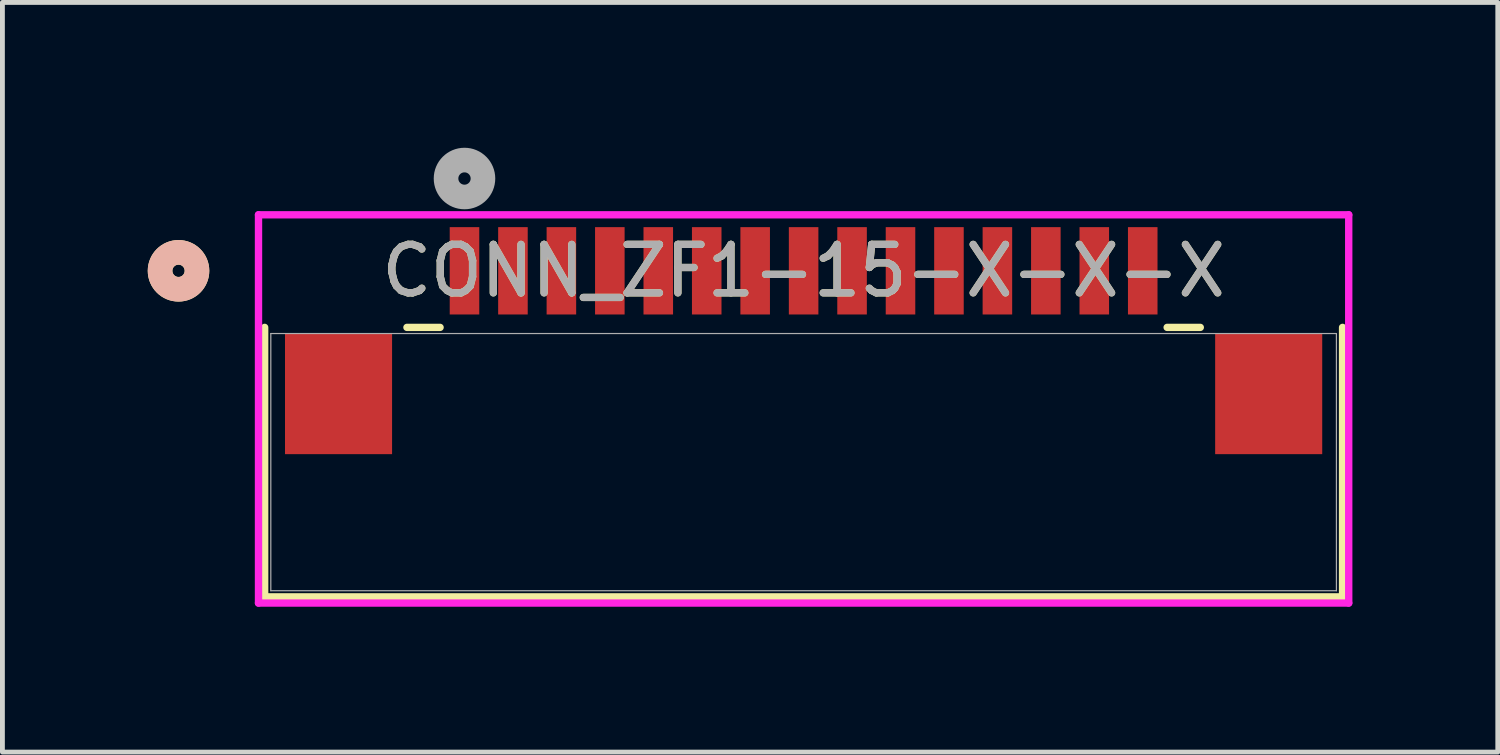
<source format=kicad_pcb>
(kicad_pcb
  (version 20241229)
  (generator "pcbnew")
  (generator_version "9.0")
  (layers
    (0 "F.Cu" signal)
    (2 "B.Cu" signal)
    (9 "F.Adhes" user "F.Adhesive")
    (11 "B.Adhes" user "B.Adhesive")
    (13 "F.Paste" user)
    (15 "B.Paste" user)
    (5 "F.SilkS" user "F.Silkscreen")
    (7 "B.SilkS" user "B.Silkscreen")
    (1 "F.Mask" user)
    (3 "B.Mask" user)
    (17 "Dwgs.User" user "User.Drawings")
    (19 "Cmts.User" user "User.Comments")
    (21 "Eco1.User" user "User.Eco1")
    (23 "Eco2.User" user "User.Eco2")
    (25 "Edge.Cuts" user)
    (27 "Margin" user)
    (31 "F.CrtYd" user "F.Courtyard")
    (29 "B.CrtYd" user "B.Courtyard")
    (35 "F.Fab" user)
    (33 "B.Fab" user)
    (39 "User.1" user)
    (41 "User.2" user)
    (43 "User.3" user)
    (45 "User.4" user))
  (footprint "CONN_ZF1-15-X-X-X"
    (layer "F.Cu")
    (at 6.538 2.54)
    (property "Reference" "CONN_ZF1-15-X-X-X" (at 7 0 0) (unlocked yes) (layer "F.SilkS") (effects (font (size 1 1) (thickness 0.15))))
    (attr smd)
    (fp_line (start -4.125 1.168) (end -4.125 6.731) (stroke (width 0.152) (type solid)) (layer "F.SilkS"))
    (fp_line (start -4.125 6.731) (end 18.125 6.731) (stroke (width 0.152) (type solid)) (layer "F.SilkS"))
    (fp_line (start -0.504 1.168) (end -1.188 1.168) (stroke (width 0.152) (type solid)) (layer "F.SilkS"))
    (fp_line (start 15.188 1.168) (end 14.504 1.168) (stroke (width 0.152) (type solid)) (layer "F.SilkS"))
    (fp_line (start 18.125 6.731) (end 18.125 1.168) (stroke (width 0.152) (type solid)) (layer "F.SilkS"))
    (fp_circle (center -5.903 0) (end -5.522 0) (stroke (width 0.508) (type solid)) (fill no) (layer "F.SilkS"))
    (fp_circle (center -5.903 0) (end -5.522 0) (stroke (width 0.508) (type solid)) (fill no) (layer "B.SilkS"))
    (fp_line (start -4.252 -1.156) (end -4.252 6.858) (stroke (width 0.152) (type solid)) (layer "F.CrtYd"))
    (fp_line (start -4.252 6.858) (end 18.252 6.858) (stroke (width 0.152) (type solid)) (layer "F.CrtYd"))
    (fp_line (start 18.252 -1.156) (end -4.252 -1.156) (stroke (width 0.152) (type solid)) (layer "F.CrtYd"))
    (fp_line (start 18.252 6.858) (end 18.252 -1.156) (stroke (width 0.152) (type solid)) (layer "F.CrtYd"))
    (fp_line (start -3.998 1.295) (end -3.998 6.604) (stroke (width 0.025) (type solid)) (layer "F.Fab"))
    (fp_line (start -3.998 6.604) (end 17.998 6.604) (stroke (width 0.025) (type solid)) (layer "F.Fab"))
    (fp_line (start 17.998 1.295) (end -3.998 1.295) (stroke (width 0.025) (type solid)) (layer "F.Fab"))
    (fp_line (start 17.998 6.604) (end 17.998 1.295) (stroke (width 0.025) (type solid)) (layer "F.Fab"))
    (fp_circle (center 0 -1.905) (end 0.381 -1.905) (stroke (width 0.508) (type solid)) (fill no) (layer "F.Fab"))
    (fp_text user "${REFERENCE}" (at 7 0 0) (unlocked yes) (layer "F.Fab") (effects (font (size 1 1) (thickness 0.15))))
    (pad "1" smd rect (at 0 0) (size 0.61 1.803) (layers "F.Cu" "F.Mask" "F.Paste"))
    (pad "2" smd rect (at 1 0) (size 0.61 1.803) (layers "F.Cu" "F.Mask" "F.Paste"))
    (pad "3" smd rect (at 2 0) (size 0.61 1.803) (layers "F.Cu" "F.Mask" "F.Paste"))
    (pad "4" smd rect (at 3 0) (size 0.61 1.803) (layers "F.Cu" "F.Mask" "F.Paste"))
    (pad "5" smd rect (at 4 0) (size 0.61 1.803) (layers "F.Cu" "F.Mask" "F.Paste"))
    (pad "6" smd rect (at 5 0) (size 0.61 1.803) (layers "F.Cu" "F.Mask" "F.Paste"))
    (pad "7" smd rect (at 6 0) (size 0.61 1.803) (layers "F.Cu" "F.Mask" "F.Paste"))
    (pad "8" smd rect (at 7 0) (size 0.61 1.803) (layers "F.Cu" "F.Mask" "F.Paste"))
    (pad "9" smd rect (at 8 0) (size 0.61 1.803) (layers "F.Cu" "F.Mask" "F.Paste"))
    (pad "10" smd rect (at 9 0) (size 0.61 1.803) (layers "F.Cu" "F.Mask" "F.Paste"))
    (pad "11" smd rect (at 10 0) (size 0.61 1.803) (layers "F.Cu" "F.Mask" "F.Paste"))
    (pad "12" smd rect (at 11 0) (size 0.61 1.803) (layers "F.Cu" "F.Mask" "F.Paste"))
    (pad "13" smd rect (at 12 0) (size 0.61 1.803) (layers "F.Cu" "F.Mask" "F.Paste"))
    (pad "14" smd rect (at 13 0) (size 0.61 1.803) (layers "F.Cu" "F.Mask" "F.Paste"))
    (pad "15" smd rect (at 14 0) (size 0.61 1.803) (layers "F.Cu" "F.Mask" "F.Paste"))
    (pad "16" smd rect (at -2.6 2.54 90) (size 2.489 2.21) (layers "F.Cu" "F.Mask" "F.Paste"))
    (pad "17" smd rect (at 16.6 2.54 90) (size 2.489 2.21) (layers "F.Cu" "F.Mask" "F.Paste")))
  (gr_rect
    (start -3 -3)
    (end 27.867 12.474)
    (stroke (width 0.1) (type default))
    (fill no)
    (layer "Edge.Cuts")))
</source>
